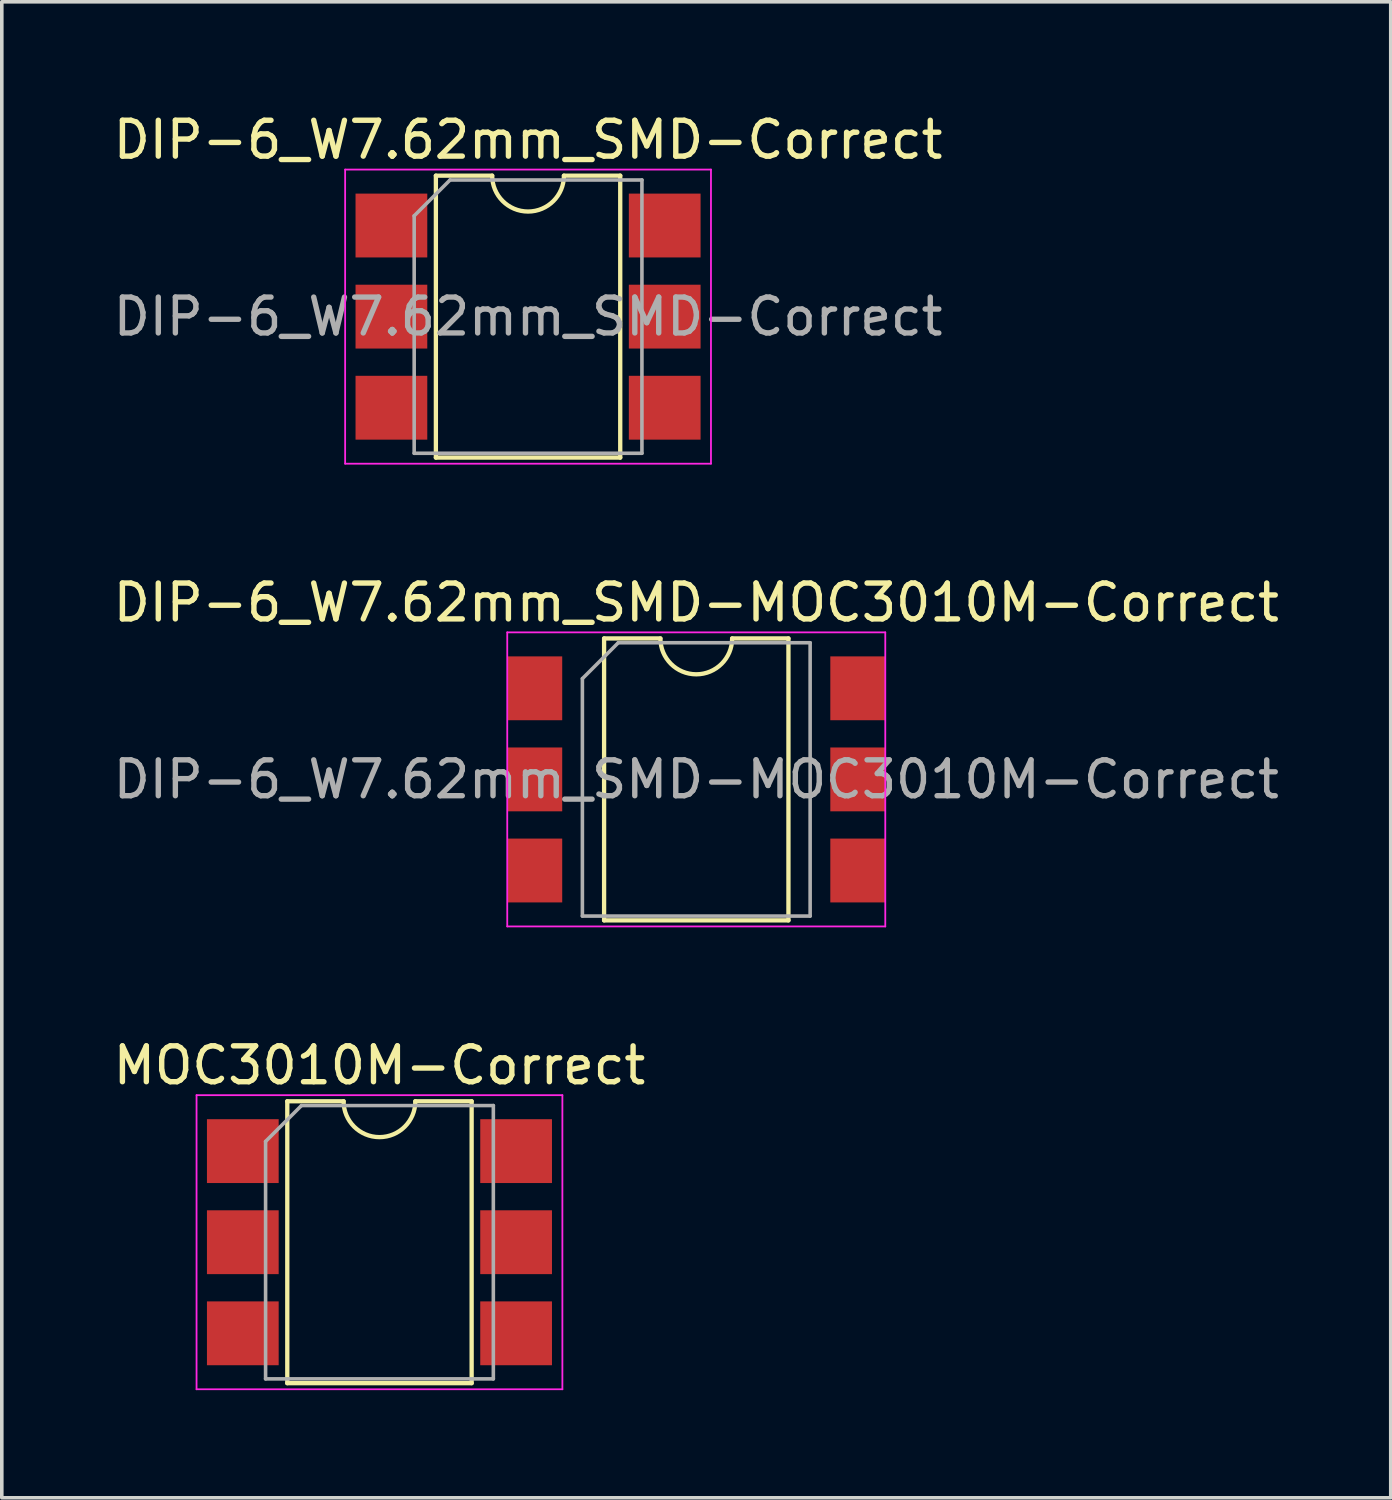
<source format=kicad_pcb>
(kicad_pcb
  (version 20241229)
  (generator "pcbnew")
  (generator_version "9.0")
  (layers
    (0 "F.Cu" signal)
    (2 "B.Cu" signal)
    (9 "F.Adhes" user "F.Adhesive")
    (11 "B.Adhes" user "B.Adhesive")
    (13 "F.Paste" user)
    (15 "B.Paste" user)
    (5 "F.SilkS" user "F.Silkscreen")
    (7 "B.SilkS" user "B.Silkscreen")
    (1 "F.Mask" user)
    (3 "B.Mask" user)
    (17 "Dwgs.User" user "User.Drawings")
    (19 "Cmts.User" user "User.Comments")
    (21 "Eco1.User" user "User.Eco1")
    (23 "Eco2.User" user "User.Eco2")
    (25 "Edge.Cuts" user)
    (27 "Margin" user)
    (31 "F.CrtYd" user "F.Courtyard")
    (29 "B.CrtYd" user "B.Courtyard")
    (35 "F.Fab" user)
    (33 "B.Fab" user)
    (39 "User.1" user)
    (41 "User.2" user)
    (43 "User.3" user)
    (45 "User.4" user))
  (footprint "DIP-6_W7.62mm_SMD-MOC3010M-Correct"
    (layer "F.Cu")
    (at 16.363 18.681)
    (property "Reference" "DIP-6_W7.62mm_SMD-MOC3010M-Correct" (at 0 -4.93 0) (layer "F.SilkS") (effects (font (size 1 1) (thickness 0.15))))
    (attr smd)
    (fp_line (start -2.57 -3.93) (end -2.57 3.93) (stroke (width 0.12) (type solid)) (layer "F.SilkS"))
    (fp_line (start -2.57 3.93) (end 2.57 3.93) (stroke (width 0.12) (type solid)) (layer "F.SilkS"))
    (fp_line (start -1 -3.93) (end -2.57 -3.93) (stroke (width 0.12) (type solid)) (layer "F.SilkS"))
    (fp_line (start 2.57 -3.93) (end 1 -3.93) (stroke (width 0.12) (type solid)) (layer "F.SilkS"))
    (fp_line (start 2.57 3.93) (end 2.57 -3.93) (stroke (width 0.12) (type solid)) (layer "F.SilkS"))
    (fp_arc (start 1 -3.93) (mid 0 -2.93) (end -1 -3.93) (stroke (width 0.12) (type solid)) (layer "F.SilkS"))
    (fp_line (start -5.27 -4.1) (end -5.27 4.1) (stroke (width 0.05) (type solid)) (layer "F.CrtYd"))
    (fp_line (start -5.27 4.1) (end 5.27 4.1) (stroke (width 0.05) (type solid)) (layer "F.CrtYd"))
    (fp_line (start 5.27 -4.1) (end -5.27 -4.1) (stroke (width 0.05) (type solid)) (layer "F.CrtYd"))
    (fp_line (start 5.27 4.1) (end 5.27 -4.1) (stroke (width 0.05) (type solid)) (layer "F.CrtYd"))
    (fp_line (start -3.175 -2.81) (end -2.175 -3.81) (stroke (width 0.1) (type solid)) (layer "F.Fab"))
    (fp_line (start -3.175 3.81) (end -3.175 -2.81) (stroke (width 0.1) (type solid)) (layer "F.Fab"))
    (fp_line (start -2.175 -3.81) (end 3.175 -3.81) (stroke (width 0.1) (type solid)) (layer "F.Fab"))
    (fp_line (start 3.175 -3.81) (end 3.175 3.81) (stroke (width 0.1) (type solid)) (layer "F.Fab"))
    (fp_line (start 3.175 3.81) (end -3.175 3.81) (stroke (width 0.1) (type solid)) (layer "F.Fab"))
    (fp_text user "${REFERENCE}" (at 0 0 0) (layer "F.Fab") (effects (font (size 1 1) (thickness 0.15))))
    (pad "1" smd rect (at -4.5 -2.54) (size 1.525 1.78) (layers "F.Cu" "F.Mask" "F.Paste"))
    (pad "2" smd rect (at -4.5 0) (size 1.525 1.78) (layers "F.Cu" "F.Mask" "F.Paste"))
    (pad "3" smd rect (at -4.5 2.54) (size 1.525 1.78) (layers "F.Cu" "F.Mask" "F.Paste"))
    (pad "4" smd rect (at 4.5 2.54) (size 1.525 1.78) (layers "F.Cu" "F.Mask" "F.Paste"))
    (pad "5" smd rect (at 4.5 0) (size 1.525 1.78) (layers "F.Cu" "F.Mask" "F.Paste"))
    (pad "6" smd rect (at 4.5 -2.54) (size 1.525 1.78) (layers "F.Cu" "F.Mask" "F.Paste")))
  (footprint "MOC3010M-Correct"
    (layer "F.Cu")
    (at 7.53 31.585)
    (property "Reference" "MOC3010M-Correct" (at 0 -4.93 0) (layer "F.SilkS") (effects (font (size 1 1) (thickness 0.15))))
    (attr smd)
    (fp_line (start -2.57 -3.93) (end -2.57 3.93) (stroke (width 0.12) (type solid)) (layer "F.SilkS"))
    (fp_line (start -2.57 3.93) (end 2.57 3.93) (stroke (width 0.12) (type solid)) (layer "F.SilkS"))
    (fp_line (start -1 -3.93) (end -2.57 -3.93) (stroke (width 0.12) (type solid)) (layer "F.SilkS"))
    (fp_line (start 2.57 -3.93) (end 1 -3.93) (stroke (width 0.12) (type solid)) (layer "F.SilkS"))
    (fp_line (start 2.57 3.93) (end 2.57 -3.93) (stroke (width 0.12) (type solid)) (layer "F.SilkS"))
    (fp_arc (start 1 -3.93) (mid 0 -2.93) (end -1 -3.93) (stroke (width 0.12) (type solid)) (layer "F.SilkS"))
    (fp_line (start -5.1 -4.1) (end -5.1 4.1) (stroke (width 0.05) (type solid)) (layer "F.CrtYd"))
    (fp_line (start -5.1 4.1) (end 5.1 4.1) (stroke (width 0.05) (type solid)) (layer "F.CrtYd"))
    (fp_line (start 5.1 -4.1) (end -5.1 -4.1) (stroke (width 0.05) (type solid)) (layer "F.CrtYd"))
    (fp_line (start 5.1 4.1) (end 5.1 -4.1) (stroke (width 0.05) (type solid)) (layer "F.CrtYd"))
    (fp_line (start -3.175 -2.81) (end -2.175 -3.81) (stroke (width 0.1) (type solid)) (layer "F.Fab"))
    (fp_line (start -3.175 3.81) (end -3.175 -2.81) (stroke (width 0.1) (type solid)) (layer "F.Fab"))
    (fp_line (start -2.175 -3.81) (end 3.175 -3.81) (stroke (width 0.1) (type solid)) (layer "F.Fab"))
    (fp_line (start 3.175 -3.81) (end 3.175 3.81) (stroke (width 0.1) (type solid)) (layer "F.Fab"))
    (fp_line (start 3.175 3.81) (end -3.175 3.81) (stroke (width 0.1) (type solid)) (layer "F.Fab"))
    (pad "1" smd rect (at -3.81 -2.54) (size 2 1.78) (layers "F.Cu" "F.Mask" "F.Paste"))
    (pad "2" smd rect (at -3.81 0) (size 2 1.78) (layers "F.Cu" "F.Mask" "F.Paste"))
    (pad "3" smd rect (at -3.81 2.54) (size 2 1.78) (layers "F.Cu" "F.Mask" "F.Paste"))
    (pad "4" smd rect (at 3.81 2.54) (size 2 1.78) (layers "F.Cu" "F.Mask" "F.Paste"))
    (pad "5" smd rect (at 3.81 0) (size 2 1.78) (layers "F.Cu" "F.Mask" "F.Paste"))
    (pad "6" smd rect (at 3.81 -2.54) (size 2 1.78) (layers "F.Cu" "F.Mask" "F.Paste")))
  (footprint "DIP-6_W7.62mm_SMD-Correct"
    (layer "F.Cu")
    (at 11.673 5.778)
    (property "Reference" "DIP-6_W7.62mm_SMD-Correct" (at 0 -4.93 0) (layer "F.SilkS") (effects (font (size 1 1) (thickness 0.15))))
    (attr smd)
    (fp_line (start -2.57 -3.93) (end -2.57 3.93) (stroke (width 0.12) (type solid)) (layer "F.SilkS"))
    (fp_line (start -2.57 3.93) (end 2.57 3.93) (stroke (width 0.12) (type solid)) (layer "F.SilkS"))
    (fp_line (start -1 -3.93) (end -2.57 -3.93) (stroke (width 0.12) (type solid)) (layer "F.SilkS"))
    (fp_line (start 2.57 -3.93) (end 1 -3.93) (stroke (width 0.12) (type solid)) (layer "F.SilkS"))
    (fp_line (start 2.57 3.93) (end 2.57 -3.93) (stroke (width 0.12) (type solid)) (layer "F.SilkS"))
    (fp_arc (start 1 -3.93) (mid 0 -2.93) (end -1 -3.93) (stroke (width 0.12) (type solid)) (layer "F.SilkS"))
    (fp_line (start -5.1 -4.1) (end -5.1 4.1) (stroke (width 0.05) (type solid)) (layer "F.CrtYd"))
    (fp_line (start -5.1 4.1) (end 5.1 4.1) (stroke (width 0.05) (type solid)) (layer "F.CrtYd"))
    (fp_line (start 5.1 -4.1) (end -5.1 -4.1) (stroke (width 0.05) (type solid)) (layer "F.CrtYd"))
    (fp_line (start 5.1 4.1) (end 5.1 -4.1) (stroke (width 0.05) (type solid)) (layer "F.CrtYd"))
    (fp_line (start -3.175 -2.81) (end -2.175 -3.81) (stroke (width 0.1) (type solid)) (layer "F.Fab"))
    (fp_line (start -3.175 3.81) (end -3.175 -2.81) (stroke (width 0.1) (type solid)) (layer "F.Fab"))
    (fp_line (start -2.175 -3.81) (end 3.175 -3.81) (stroke (width 0.1) (type solid)) (layer "F.Fab"))
    (fp_line (start 3.175 -3.81) (end 3.175 3.81) (stroke (width 0.1) (type solid)) (layer "F.Fab"))
    (fp_line (start 3.175 3.81) (end -3.175 3.81) (stroke (width 0.1) (type solid)) (layer "F.Fab"))
    (fp_text user "${REFERENCE}" (at 0 0 0) (layer "F.Fab") (effects (font (size 1 1) (thickness 0.15))))
    (pad "1" smd rect (at -3.81 -2.54) (size 2 1.78) (layers "F.Cu" "F.Mask" "F.Paste"))
    (pad "2" smd rect (at -3.81 0) (size 2 1.78) (layers "F.Cu" "F.Mask" "F.Paste"))
    (pad "3" smd rect (at -3.81 2.54) (size 2 1.78) (layers "F.Cu" "F.Mask" "F.Paste"))
    (pad "4" smd rect (at 3.81 2.54) (size 2 1.78) (layers "F.Cu" "F.Mask" "F.Paste"))
    (pad "5" smd rect (at 3.81 0) (size 2 1.78) (layers "F.Cu" "F.Mask" "F.Paste"))
    (pad "6" smd rect (at 3.81 -2.54) (size 2 1.78) (layers "F.Cu" "F.Mask" "F.Paste")))
  (gr_rect
    (start -3 -3)
    (end 35.726 38.71)
    (stroke (width 0.1) (type default))
    (fill no)
    (layer "Edge.Cuts")))
</source>
